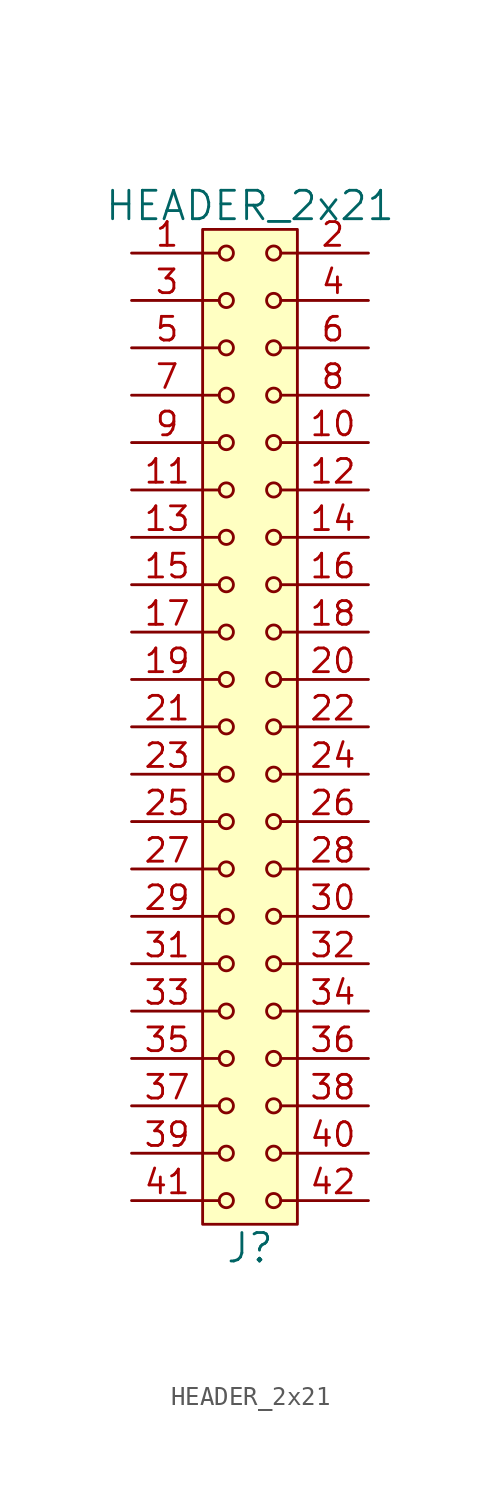
<source format=kicad_sym>
(kicad_symbol_lib
  (version 20211014)
  (generator kicad_symbol_editor)
  (symbol "HEADER_2x21"
    (pin_names
      (offset 1.016))
    (property "Reference" "J"
      (at 0 -27.94 0)
      (effects (font (size 1.524 1.524))))
    (property "Value" "HEADER_2x21"
      (at 0 27.94 0)
      (effects (font (size 1.524 1.524))))
    (property "Footprint" ""
      (at 0 25.4 0)
      (effects (font (size 1.524 1.524))))
    (property "Datasheet" ""
      (at 0 25.4 0)
      (effects (font (size 1.524 1.524))))
    (symbol "HEADER_2x21_0_1"
      (rectangle (start -2.54 26.67) (end 2.54 -26.67) (stroke (width 0) (type default) (color 0 0 0 0)) (fill (type background)))
      (circle (center -1.27 -25.4) (radius 0.381) (stroke (width 0) (type default) (color 0 0 0 0)) (fill (type none)))
      (circle (center -1.27 -22.86) (radius 0.381) (stroke (width 0) (type default) (color 0 0 0 0)) (fill (type none)))
      (circle (center -1.27 -20.32) (radius 0.381) (stroke (width 0) (type default) (color 0 0 0 0)) (fill (type none)))
      (circle (center -1.27 -17.78) (radius 0.381) (stroke (width 0) (type default) (color 0 0 0 0)) (fill (type none)))
      (circle (center -1.27 -15.24) (radius 0.381) (stroke (width 0) (type default) (color 0 0 0 0)) (fill (type none)))
      (circle (center -1.27 -12.7) (radius 0.381) (stroke (width 0) (type default) (color 0 0 0 0)) (fill (type none)))
      (circle (center -1.27 -10.16) (radius 0.381) (stroke (width 0) (type default) (color 0 0 0 0)) (fill (type none)))
      (circle (center -1.27 -7.62) (radius 0.381) (stroke (width 0) (type default) (color 0 0 0 0)) (fill (type none)))
      (circle (center -1.27 -5.08) (radius 0.381) (stroke (width 0) (type default) (color 0 0 0 0)) (fill (type none)))
      (circle (center -1.27 -2.54) (radius 0.381) (stroke (width 0) (type default) (color 0 0 0 0)) (fill (type none)))
      (circle (center -1.27 0) (radius 0.381) (stroke (width 0) (type default) (color 0 0 0 0)) (fill (type none)))
      (circle (center -1.27 2.54) (radius 0.381) (stroke (width 0) (type default) (color 0 0 0 0)) (fill (type none)))
      (circle (center -1.27 5.08) (radius 0.381) (stroke (width 0) (type default) (color 0 0 0 0)) (fill (type none)))
      (circle (center -1.27 7.62) (radius 0.381) (stroke (width 0) (type default) (color 0 0 0 0)) (fill (type none)))
      (circle (center -1.27 10.16) (radius 0.381) (stroke (width 0) (type default) (color 0 0 0 0)) (fill (type none)))
      (circle (center -1.27 12.7) (radius 0.381) (stroke (width 0) (type default) (color 0 0 0 0)) (fill (type none)))
      (circle (center -1.27 15.24) (radius 0.381) (stroke (width 0) (type default) (color 0 0 0 0)) (fill (type none)))
      (circle (center -1.27 17.78) (radius 0.381) (stroke (width 0) (type default) (color 0 0 0 0)) (fill (type none)))
      (circle (center -1.27 20.32) (radius 0.381) (stroke (width 0) (type default) (color 0 0 0 0)) (fill (type none)))
      (circle (center -1.27 22.86) (radius 0.381) (stroke (width 0) (type default) (color 0 0 0 0)) (fill (type none)))
      (circle (center -1.27 25.4) (radius 0.381) (stroke (width 0) (type default) (color 0 0 0 0)) (fill (type none)))
      (polyline (pts (xy -1.651 -25.4) (xy -2.54 -25.4)) (stroke (width 0) (type default) (color 0 0 0 0)) (fill (type none)))
      (polyline (pts (xy -1.651 -22.86) (xy -2.54 -22.86)) (stroke (width 0) (type default) (color 0 0 0 0)) (fill (type none)))
      (polyline (pts (xy -1.651 -20.32) (xy -2.54 -20.32)) (stroke (width 0) (type default) (color 0 0 0 0)) (fill (type none)))
      (polyline (pts (xy -1.651 -17.78) (xy -2.54 -17.78)) (stroke (width 0) (type default) (color 0 0 0 0)) (fill (type none)))
      (polyline (pts (xy -1.651 -15.24) (xy -2.54 -15.24)) (stroke (width 0) (type default) (color 0 0 0 0)) (fill (type none)))
      (polyline (pts (xy -1.651 -12.7) (xy -2.54 -12.7)) (stroke (width 0) (type default) (color 0 0 0 0)) (fill (type none)))
      (polyline (pts (xy -1.651 -10.16) (xy -2.54 -10.16)) (stroke (width 0) (type default) (color 0 0 0 0)) (fill (type none)))
      (polyline (pts (xy -1.651 -7.62) (xy -2.54 -7.62)) (stroke (width 0) (type default) (color 0 0 0 0)) (fill (type none)))
      (polyline (pts (xy -1.651 -5.08) (xy -2.54 -5.08)) (stroke (width 0) (type default) (color 0 0 0 0)) (fill (type none)))
      (polyline (pts (xy -1.651 -2.54) (xy -2.54 -2.54)) (stroke (width 0) (type default) (color 0 0 0 0)) (fill (type none)))
      (polyline (pts (xy -1.651 0) (xy -2.54 0)) (stroke (width 0) (type default) (color 0 0 0 0)) (fill (type none)))
      (polyline (pts (xy -1.651 2.54) (xy -2.54 2.54)) (stroke (width 0) (type default) (color 0 0 0 0)) (fill (type none)))
      (polyline (pts (xy -1.651 5.08) (xy -2.54 5.08)) (stroke (width 0) (type default) (color 0 0 0 0)) (fill (type none)))
      (polyline (pts (xy -1.651 7.62) (xy -2.54 7.62)) (stroke (width 0) (type default) (color 0 0 0 0)) (fill (type none)))
      (polyline (pts (xy -1.651 10.16) (xy -2.54 10.16)) (stroke (width 0) (type default) (color 0 0 0 0)) (fill (type none)))
      (polyline (pts (xy -1.651 12.7) (xy -2.54 12.7)) (stroke (width 0) (type default) (color 0 0 0 0)) (fill (type none)))
      (polyline (pts (xy -1.651 15.24) (xy -2.54 15.24)) (stroke (width 0) (type default) (color 0 0 0 0)) (fill (type none)))
      (polyline (pts (xy -1.651 17.78) (xy -2.54 17.78)) (stroke (width 0) (type default) (color 0 0 0 0)) (fill (type none)))
      (polyline (pts (xy -1.651 20.32) (xy -2.54 20.32)) (stroke (width 0) (type default) (color 0 0 0 0)) (fill (type none)))
      (polyline (pts (xy -1.651 22.86) (xy -2.54 22.86)) (stroke (width 0) (type default) (color 0 0 0 0)) (fill (type none)))
      (polyline (pts (xy -1.651 25.4) (xy -2.54 25.4)) (stroke (width 0) (type default) (color 0 0 0 0)) (fill (type none)))
      (polyline (pts (xy 1.651 -25.4) (xy 2.54 -25.4)) (stroke (width 0) (type default) (color 0 0 0 0)) (fill (type none)))
      (polyline (pts (xy 1.651 -22.86) (xy 2.54 -22.86)) (stroke (width 0) (type default) (color 0 0 0 0)) (fill (type none)))
      (polyline (pts (xy 1.651 -20.32) (xy 2.54 -20.32)) (stroke (width 0) (type default) (color 0 0 0 0)) (fill (type none)))
      (polyline (pts (xy 1.651 -17.78) (xy 2.54 -17.78)) (stroke (width 0) (type default) (color 0 0 0 0)) (fill (type none)))
      (polyline (pts (xy 1.651 -15.24) (xy 2.54 -15.24)) (stroke (width 0) (type default) (color 0 0 0 0)) (fill (type none)))
      (polyline (pts (xy 1.651 -12.7) (xy 2.54 -12.7)) (stroke (width 0) (type default) (color 0 0 0 0)) (fill (type none)))
      (polyline (pts (xy 1.651 -10.16) (xy 2.54 -10.16)) (stroke (width 0) (type default) (color 0 0 0 0)) (fill (type none)))
      (polyline (pts (xy 1.651 -7.62) (xy 2.54 -7.62)) (stroke (width 0) (type default) (color 0 0 0 0)) (fill (type none)))
      (polyline (pts (xy 1.651 -5.08) (xy 2.54 -5.08)) (stroke (width 0) (type default) (color 0 0 0 0)) (fill (type none)))
      (polyline (pts (xy 1.651 -2.54) (xy 2.54 -2.54)) (stroke (width 0) (type default) (color 0 0 0 0)) (fill (type none)))
      (polyline (pts (xy 1.651 0) (xy 2.54 0)) (stroke (width 0) (type default) (color 0 0 0 0)) (fill (type none)))
      (polyline (pts (xy 1.651 2.54) (xy 2.54 2.54)) (stroke (width 0) (type default) (color 0 0 0 0)) (fill (type none)))
      (polyline (pts (xy 1.651 5.08) (xy 2.54 5.08)) (stroke (width 0) (type default) (color 0 0 0 0)) (fill (type none)))
      (polyline (pts (xy 1.651 7.62) (xy 2.54 7.62)) (stroke (width 0) (type default) (color 0 0 0 0)) (fill (type none)))
      (polyline (pts (xy 1.651 10.16) (xy 2.54 10.16)) (stroke (width 0) (type default) (color 0 0 0 0)) (fill (type none)))
      (polyline (pts (xy 1.651 12.7) (xy 2.54 12.7)) (stroke (width 0) (type default) (color 0 0 0 0)) (fill (type none)))
      (polyline (pts (xy 1.651 15.24) (xy 2.54 15.24)) (stroke (width 0) (type default) (color 0 0 0 0)) (fill (type none)))
      (polyline (pts (xy 1.651 17.78) (xy 2.54 17.78)) (stroke (width 0) (type default) (color 0 0 0 0)) (fill (type none)))
      (polyline (pts (xy 1.651 20.32) (xy 2.54 20.32)) (stroke (width 0) (type default) (color 0 0 0 0)) (fill (type none)))
      (polyline (pts (xy 1.651 22.86) (xy 2.54 22.86)) (stroke (width 0) (type default) (color 0 0 0 0)) (fill (type none)))
      (polyline (pts (xy 1.651 25.4) (xy 2.54 25.4)) (stroke (width 0) (type default) (color 0 0 0 0)) (fill (type none)))
      (circle (center 1.27 -25.4) (radius 0.381) (stroke (width 0) (type default) (color 0 0 0 0)) (fill (type none)))
      (circle (center 1.27 -22.86) (radius 0.381) (stroke (width 0) (type default) (color 0 0 0 0)) (fill (type none)))
      (circle (center 1.27 -20.32) (radius 0.381) (stroke (width 0) (type default) (color 0 0 0 0)) (fill (type none)))
      (circle (center 1.27 -17.78) (radius 0.381) (stroke (width 0) (type default) (color 0 0 0 0)) (fill (type none)))
      (circle (center 1.27 -15.24) (radius 0.381) (stroke (width 0) (type default) (color 0 0 0 0)) (fill (type none)))
      (circle (center 1.27 -12.7) (radius 0.381) (stroke (width 0) (type default) (color 0 0 0 0)) (fill (type none)))
      (circle (center 1.27 -10.16) (radius 0.381) (stroke (width 0) (type default) (color 0 0 0 0)) (fill (type none)))
      (circle (center 1.27 -7.62) (radius 0.381) (stroke (width 0) (type default) (color 0 0 0 0)) (fill (type none)))
      (circle (center 1.27 -5.08) (radius 0.381) (stroke (width 0) (type default) (color 0 0 0 0)) (fill (type none)))
      (circle (center 1.27 -2.54) (radius 0.381) (stroke (width 0) (type default) (color 0 0 0 0)) (fill (type none)))
      (circle (center 1.27 0) (radius 0.381) (stroke (width 0) (type default) (color 0 0 0 0)) (fill (type none)))
      (circle (center 1.27 2.54) (radius 0.381) (stroke (width 0) (type default) (color 0 0 0 0)) (fill (type none)))
      (circle (center 1.27 5.08) (radius 0.381) (stroke (width 0) (type default) (color 0 0 0 0)) (fill (type none)))
      (circle (center 1.27 7.62) (radius 0.381) (stroke (width 0) (type default) (color 0 0 0 0)) (fill (type none)))
      (circle (center 1.27 10.16) (radius 0.381) (stroke (width 0) (type default) (color 0 0 0 0)) (fill (type none)))
      (circle (center 1.27 12.7) (radius 0.381) (stroke (width 0) (type default) (color 0 0 0 0)) (fill (type none)))
      (circle (center 1.27 15.24) (radius 0.381) (stroke (width 0) (type default) (color 0 0 0 0)) (fill (type none)))
      (circle (center 1.27 17.78) (radius 0.381) (stroke (width 0) (type default) (color 0 0 0 0)) (fill (type none)))
      (circle (center 1.27 20.32) (radius 0.381) (stroke (width 0) (type default) (color 0 0 0 0)) (fill (type none)))
      (circle (center 1.27 22.86) (radius 0.381) (stroke (width 0) (type default) (color 0 0 0 0)) (fill (type none)))
      (circle (center 1.27 25.4) (radius 0.381) (stroke (width 0) (type default) (color 0 0 0 0)) (fill (type none))))
    (symbol "HEADER_2x21_1_1"
      (pin input line (at -6.35 25.4 0) (length 3.81) (name "~" (effects (font (size 1.27 1.27)))) (number "1" (effects (font (size 1.27 1.27)))))
      (pin input line (at 6.35 15.24 180) (length 3.81) (name "~" (effects (font (size 1.27 1.27)))) (number "10" (effects (font (size 1.27 1.27)))))
      (pin input line (at -6.35 12.7 0) (length 3.81) (name "~" (effects (font (size 1.27 1.27)))) (number "11" (effects (font (size 1.27 1.27)))))
      (pin input line (at 6.35 12.7 180) (length 3.81) (name "~" (effects (font (size 1.27 1.27)))) (number "12" (effects (font (size 1.27 1.27)))))
      (pin input line (at -6.35 10.16 0) (length 3.81) (name "~" (effects (font (size 1.27 1.27)))) (number "13" (effects (font (size 1.27 1.27)))))
      (pin input line (at 6.35 10.16 180) (length 3.81) (name "~" (effects (font (size 1.27 1.27)))) (number "14" (effects (font (size 1.27 1.27)))))
      (pin input line (at -6.35 7.62 0) (length 3.81) (name "~" (effects (font (size 1.27 1.27)))) (number "15" (effects (font (size 1.27 1.27)))))
      (pin input line (at 6.35 7.62 180) (length 3.81) (name "~" (effects (font (size 1.27 1.27)))) (number "16" (effects (font (size 1.27 1.27)))))
      (pin input line (at -6.35 5.08 0) (length 3.81) (name "~" (effects (font (size 1.27 1.27)))) (number "17" (effects (font (size 1.27 1.27)))))
      (pin input line (at 6.35 5.08 180) (length 3.81) (name "~" (effects (font (size 1.27 1.27)))) (number "18" (effects (font (size 1.27 1.27)))))
      (pin input line (at -6.35 2.54 0) (length 3.81) (name "~" (effects (font (size 1.27 1.27)))) (number "19" (effects (font (size 1.27 1.27)))))
      (pin input line (at 6.35 25.4 180) (length 3.81) (name "~" (effects (font (size 1.27 1.27)))) (number "2" (effects (font (size 1.27 1.27)))))
      (pin input line (at 6.35 2.54 180) (length 3.81) (name "~" (effects (font (size 1.27 1.27)))) (number "20" (effects (font (size 1.27 1.27)))))
      (pin input line (at -6.35 0 0) (length 3.81) (name "~" (effects (font (size 1.27 1.27)))) (number "21" (effects (font (size 1.27 1.27)))))
      (pin input line (at 6.35 0 180) (length 3.81) (name "~" (effects (font (size 1.27 1.27)))) (number "22" (effects (font (size 1.27 1.27)))))
      (pin input line (at -6.35 -2.54 0) (length 3.81) (name "~" (effects (font (size 1.27 1.27)))) (number "23" (effects (font (size 1.27 1.27)))))
      (pin input line (at 6.35 -2.54 180) (length 3.81) (name "~" (effects (font (size 1.27 1.27)))) (number "24" (effects (font (size 1.27 1.27)))))
      (pin input line (at -6.35 -5.08 0) (length 3.81) (name "~" (effects (font (size 1.27 1.27)))) (number "25" (effects (font (size 1.27 1.27)))))
      (pin input line (at 6.35 -5.08 180) (length 3.81) (name "~" (effects (font (size 1.27 1.27)))) (number "26" (effects (font (size 1.27 1.27)))))
      (pin input line (at -6.35 -7.62 0) (length 3.81) (name "~" (effects (font (size 1.27 1.27)))) (number "27" (effects (font (size 1.27 1.27)))))
      (pin input line (at 6.35 -7.62 180) (length 3.81) (name "~" (effects (font (size 1.27 1.27)))) (number "28" (effects (font (size 1.27 1.27)))))
      (pin input line (at -6.35 -10.16 0) (length 3.81) (name "~" (effects (font (size 1.27 1.27)))) (number "29" (effects (font (size 1.27 1.27)))))
      (pin input line (at -6.35 22.86 0) (length 3.81) (name "~" (effects (font (size 1.27 1.27)))) (number "3" (effects (font (size 1.27 1.27)))))
      (pin input line (at 6.35 -10.16 180) (length 3.81) (name "~" (effects (font (size 1.27 1.27)))) (number "30" (effects (font (size 1.27 1.27)))))
      (pin input line (at -6.35 -12.7 0) (length 3.81) (name "~" (effects (font (size 1.27 1.27)))) (number "31" (effects (font (size 1.27 1.27)))))
      (pin input line (at 6.35 -12.7 180) (length 3.81) (name "~" (effects (font (size 1.27 1.27)))) (number "32" (effects (font (size 1.27 1.27)))))
      (pin input line (at -6.35 -15.24 0) (length 3.81) (name "~" (effects (font (size 1.27 1.27)))) (number "33" (effects (font (size 1.27 1.27)))))
      (pin input line (at 6.35 -15.24 180) (length 3.81) (name "~" (effects (font (size 1.27 1.27)))) (number "34" (effects (font (size 1.27 1.27)))))
      (pin input line (at -6.35 -17.78 0) (length 3.81) (name "~" (effects (font (size 1.27 1.27)))) (number "35" (effects (font (size 1.27 1.27)))))
      (pin input line (at 6.35 -17.78 180) (length 3.81) (name "~" (effects (font (size 1.27 1.27)))) (number "36" (effects (font (size 1.27 1.27)))))
      (pin input line (at -6.35 -20.32 0) (length 3.81) (name "~" (effects (font (size 1.27 1.27)))) (number "37" (effects (font (size 1.27 1.27)))))
      (pin input line (at 6.35 -20.32 180) (length 3.81) (name "~" (effects (font (size 1.27 1.27)))) (number "38" (effects (font (size 1.27 1.27)))))
      (pin input line (at -6.35 -22.86 0) (length 3.81) (name "~" (effects (font (size 1.27 1.27)))) (number "39" (effects (font (size 1.27 1.27)))))
      (pin input line (at 6.35 22.86 180) (length 3.81) (name "~" (effects (font (size 1.27 1.27)))) (number "4" (effects (font (size 1.27 1.27)))))
      (pin input line (at 6.35 -22.86 180) (length 3.81) (name "~" (effects (font (size 1.27 1.27)))) (number "40" (effects (font (size 1.27 1.27)))))
      (pin input line (at -6.35 -25.4 0) (length 3.81) (name "~" (effects (font (size 1.27 1.27)))) (number "41" (effects (font (size 1.27 1.27)))))
      (pin input line (at 6.35 -25.4 180) (length 3.81) (name "~" (effects (font (size 1.27 1.27)))) (number "42" (effects (font (size 1.27 1.27)))))
      (pin input line (at -6.35 20.32 0) (length 3.81) (name "~" (effects (font (size 1.27 1.27)))) (number "5" (effects (font (size 1.27 1.27)))))
      (pin input line (at 6.35 20.32 180) (length 3.81) (name "~" (effects (font (size 1.27 1.27)))) (number "6" (effects (font (size 1.27 1.27)))))
      (pin input line (at -6.35 17.78 0) (length 3.81) (name "~" (effects (font (size 1.27 1.27)))) (number "7" (effects (font (size 1.27 1.27)))))
      (pin input line (at 6.35 17.78 180) (length 3.81) (name "~" (effects (font (size 1.27 1.27)))) (number "8" (effects (font (size 1.27 1.27)))))
      (pin input line (at -6.35 15.24 0) (length 3.81) (name "~" (effects (font (size 1.27 1.27)))) (number "9" (effects (font (size 1.27 1.27))))))))
</source>
